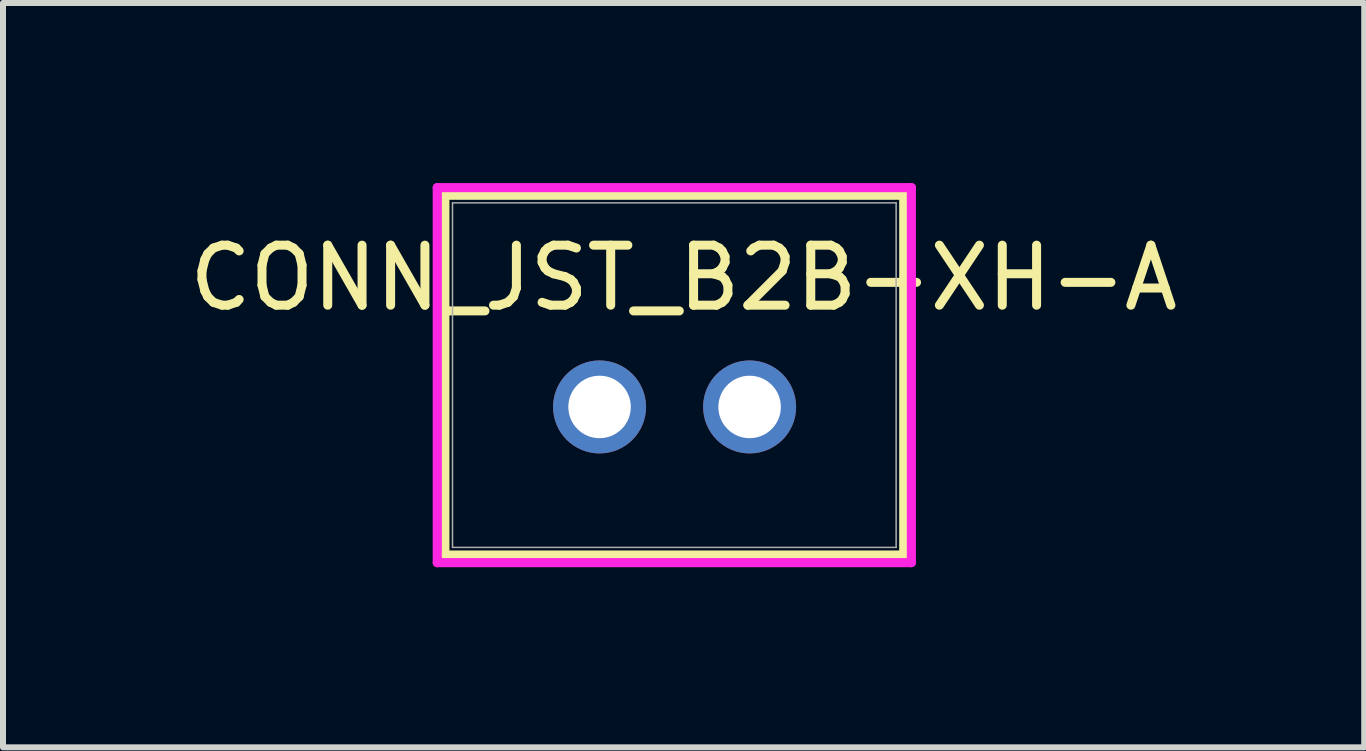
<source format=kicad_pcb>
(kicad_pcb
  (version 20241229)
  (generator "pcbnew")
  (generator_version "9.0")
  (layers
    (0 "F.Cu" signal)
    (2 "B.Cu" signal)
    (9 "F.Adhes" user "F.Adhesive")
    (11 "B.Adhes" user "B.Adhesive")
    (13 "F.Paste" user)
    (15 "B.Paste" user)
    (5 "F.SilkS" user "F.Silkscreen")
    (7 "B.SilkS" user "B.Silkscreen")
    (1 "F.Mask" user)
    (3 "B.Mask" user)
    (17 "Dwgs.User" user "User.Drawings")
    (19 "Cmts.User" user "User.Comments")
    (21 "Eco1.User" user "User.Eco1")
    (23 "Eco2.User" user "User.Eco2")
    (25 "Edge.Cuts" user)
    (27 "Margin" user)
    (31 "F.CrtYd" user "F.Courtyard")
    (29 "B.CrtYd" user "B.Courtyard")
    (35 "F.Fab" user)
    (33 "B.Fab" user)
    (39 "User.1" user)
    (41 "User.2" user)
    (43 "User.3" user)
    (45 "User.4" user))
  (footprint "CONN_JST_B2B-XH-A"
    (layer "F.Cu")
    (at 9.439 3.73)
    (property "Reference" "CONN_JST_B2B-XH-A" (at -1.1 -2.15 0) (unlocked yes) (layer "F.SilkS") (effects (font (size 1 1) (thickness 0.15))))
    (attr through_hole)
    (fp_line (start -5.077 -3.527) (end -5.077 2.467) (stroke (width 0.152) (type solid)) (layer "F.SilkS"))
    (fp_line (start -5.077 2.467) (end 2.568 2.467) (stroke (width 0.152) (type solid)) (layer "F.SilkS"))
    (fp_line (start 2.568 -3.527) (end -5.077 -3.527) (stroke (width 0.152) (type solid)) (layer "F.SilkS"))
    (fp_line (start 2.568 2.467) (end 2.568 -3.527) (stroke (width 0.152) (type solid)) (layer "F.SilkS"))
    (fp_line (start -5.204 -3.654) (end -5.204 2.594) (stroke (width 0.152) (type solid)) (layer "F.CrtYd"))
    (fp_line (start -5.204 2.594) (end 2.695 2.594) (stroke (width 0.152) (type solid)) (layer "F.CrtYd"))
    (fp_line (start 2.695 -3.654) (end -5.204 -3.654) (stroke (width 0.152) (type solid)) (layer "F.CrtYd"))
    (fp_line (start 2.695 2.594) (end 2.695 -3.654) (stroke (width 0.152) (type solid)) (layer "F.CrtYd"))
    (fp_line (start -4.95 -3.4) (end -4.95 2.34) (stroke (width 0.025) (type solid)) (layer "F.Fab"))
    (fp_line (start -4.95 2.34) (end 2.441 2.34) (stroke (width 0.025) (type solid)) (layer "F.Fab"))
    (fp_line (start 2.441 -3.4) (end -4.95 -3.4) (stroke (width 0.025) (type solid)) (layer "F.Fab"))
    (fp_line (start 2.441 2.34) (end 2.441 -3.4) (stroke (width 0.025) (type solid)) (layer "F.Fab"))
    (pad "1" thru_hole circle (at 0 0) (size 1.549 1.549) (drill 1.041) (layers "*.Cu" "*.Mask"))
    (pad "2" thru_hole circle (at -2.5 0) (size 1.549 1.549) (drill 1.041) (layers "*.Cu" "*.Mask")))
  (gr_rect
    (start -3 -3)
    (end 19.679 9.401)
    (stroke (width 0.1) (type default))
    (fill no)
    (layer "Edge.Cuts")))
</source>
